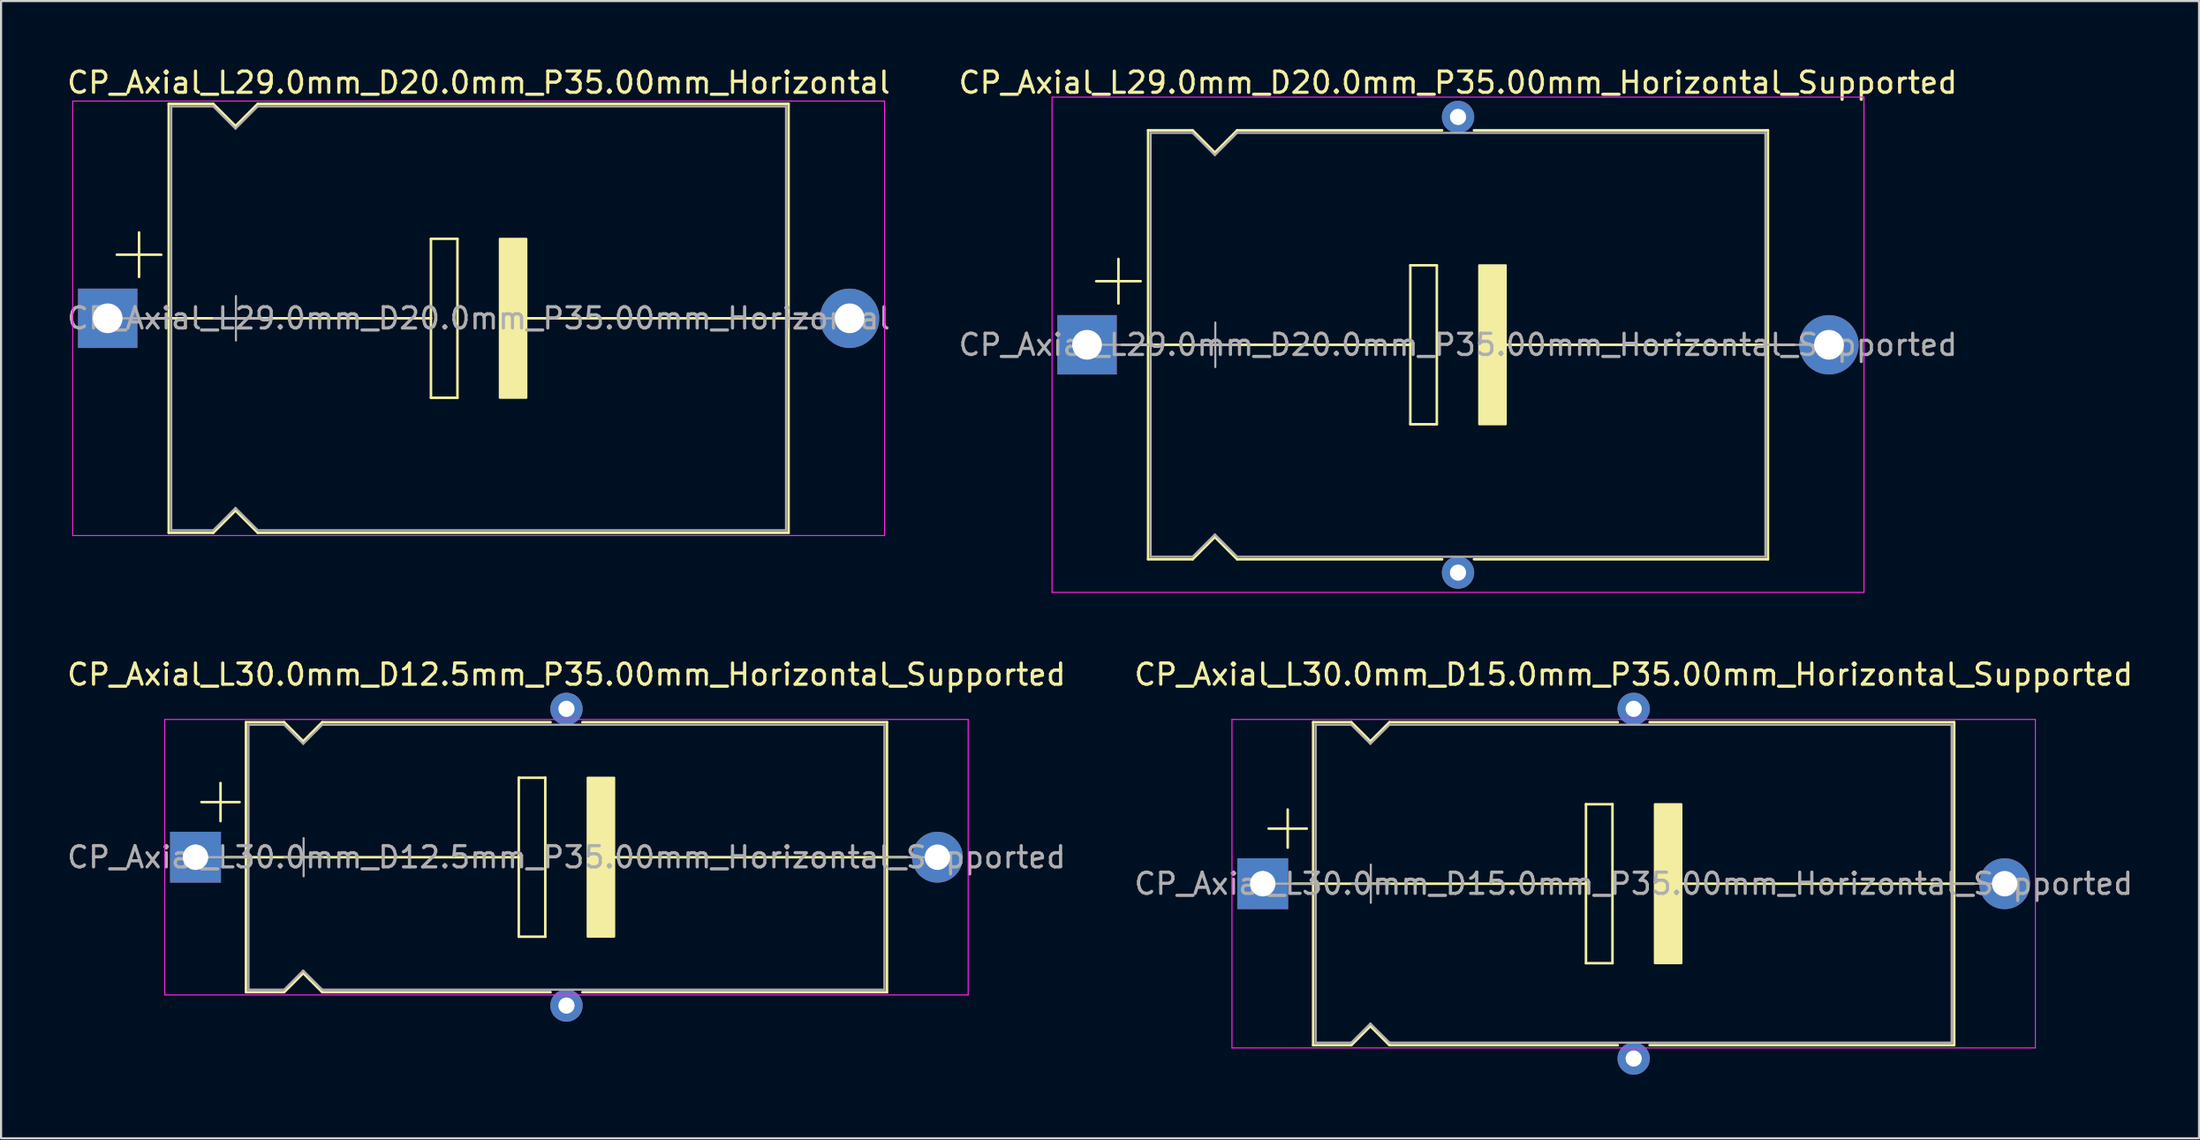
<source format=kicad_pcb>
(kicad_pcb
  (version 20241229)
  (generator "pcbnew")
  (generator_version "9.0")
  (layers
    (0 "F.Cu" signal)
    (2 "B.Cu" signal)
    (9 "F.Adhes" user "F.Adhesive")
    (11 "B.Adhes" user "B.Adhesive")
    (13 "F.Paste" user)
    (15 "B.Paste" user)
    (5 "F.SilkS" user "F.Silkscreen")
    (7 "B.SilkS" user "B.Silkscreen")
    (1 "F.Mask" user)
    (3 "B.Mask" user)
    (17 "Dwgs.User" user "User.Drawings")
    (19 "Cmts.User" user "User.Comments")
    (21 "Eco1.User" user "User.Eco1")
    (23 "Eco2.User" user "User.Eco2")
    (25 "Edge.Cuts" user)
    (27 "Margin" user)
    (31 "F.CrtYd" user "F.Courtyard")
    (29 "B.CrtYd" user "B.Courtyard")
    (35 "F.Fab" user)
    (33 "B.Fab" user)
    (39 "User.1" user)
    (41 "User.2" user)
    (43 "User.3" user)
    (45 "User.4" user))
  (footprint "CP_Axial_L29.0mm_D20.0mm_P35.00mm_Horizontal"
    (layer "F.Cu")
    (at 2.03 11.968)
    (property "Reference" "CP_Axial_L29.0mm_D20.0mm_P35.00mm_Horizontal" (at 17.5 -11.12 0) (layer "F.SilkS") (effects (font (size 1 1) (thickness 0.15))))
    (attr through_hole)
    (fp_line (start 0.43 -3) (end 2.53 -3) (stroke (width 0.12) (type solid)) (layer "F.SilkS"))
    (fp_line (start 1.48 -4.05) (end 1.48 -1.95) (stroke (width 0.12) (type solid)) (layer "F.SilkS"))
    (fp_line (start 1.64 0) (end 2.88 0) (stroke (width 0.12) (type solid)) (layer "F.SilkS"))
    (fp_line (start 2.88 -10.12) (end 2.88 10.12) (stroke (width 0.12) (type solid)) (layer "F.SilkS"))
    (fp_line (start 2.88 -10.12) (end 4.98 -10.12) (stroke (width 0.12) (type solid)) (layer "F.SilkS"))
    (fp_line (start 2.88 0) (end 15.25 0) (stroke (width 0.12) (type solid)) (layer "F.SilkS"))
    (fp_line (start 2.88 10.12) (end 4.98 10.12) (stroke (width 0.12) (type solid)) (layer "F.SilkS"))
    (fp_line (start 4.98 -10.12) (end 6.03 -9.07) (stroke (width 0.12) (type solid)) (layer "F.SilkS"))
    (fp_line (start 4.98 10.12) (end 6.03 9.07) (stroke (width 0.12) (type solid)) (layer "F.SilkS"))
    (fp_line (start 6.03 -9.07) (end 7.08 -10.12) (stroke (width 0.12) (type solid)) (layer "F.SilkS"))
    (fp_line (start 6.03 9.07) (end 7.08 10.12) (stroke (width 0.12) (type solid)) (layer "F.SilkS"))
    (fp_line (start 7.08 -10.12) (end 32.12 -10.12) (stroke (width 0.12) (type solid)) (layer "F.SilkS"))
    (fp_line (start 7.08 10.12) (end 32.12 10.12) (stroke (width 0.12) (type solid)) (layer "F.SilkS"))
    (fp_line (start 15.25 -3.75) (end 16.5 -3.75) (stroke (width 0.12) (type solid)) (layer "F.SilkS"))
    (fp_line (start 15.25 0) (end 15.25 -3.75) (stroke (width 0.12) (type solid)) (layer "F.SilkS"))
    (fp_line (start 15.25 3.75) (end 15.25 0) (stroke (width 0.12) (type solid)) (layer "F.SilkS"))
    (fp_line (start 16.5 -3.75) (end 16.5 3.75) (stroke (width 0.12) (type solid)) (layer "F.SilkS"))
    (fp_line (start 16.5 3.75) (end 15.25 3.75) (stroke (width 0.12) (type solid)) (layer "F.SilkS"))
    (fp_line (start 19.75 0) (end 32.12 0) (stroke (width 0.12) (type solid)) (layer "F.SilkS"))
    (fp_line (start 32.12 -10.12) (end 32.12 10.12) (stroke (width 0.12) (type solid)) (layer "F.SilkS"))
    (fp_line (start 33.36 0) (end 32.12 0) (stroke (width 0.12) (type solid)) (layer "F.SilkS"))
    (fp_poly (pts (xy 19.75 3.75) (xy 18.5 3.75) (xy 18.5 -3.75) (xy 19.75 -3.75)) (stroke (width 0.1) (type solid)) (fill yes) (layer "F.SilkS"))
    (fp_line (start -1.65 -10.25) (end -1.65 10.25) (stroke (width 0.05) (type solid)) (layer "F.CrtYd"))
    (fp_line (start -1.65 10.25) (end 36.65 10.25) (stroke (width 0.05) (type solid)) (layer "F.CrtYd"))
    (fp_line (start 36.65 -10.25) (end -1.65 -10.25) (stroke (width 0.05) (type solid)) (layer "F.CrtYd"))
    (fp_line (start 36.65 10.25) (end 36.65 -10.25) (stroke (width 0.05) (type solid)) (layer "F.CrtYd"))
    (fp_line (start 0 0) (end 3 0) (stroke (width 0.1) (type solid)) (layer "F.Fab"))
    (fp_line (start 3 -10) (end 3 10) (stroke (width 0.1) (type solid)) (layer "F.Fab"))
    (fp_line (start 3 -10) (end 4.98 -10) (stroke (width 0.1) (type solid)) (layer "F.Fab"))
    (fp_line (start 3 10) (end 4.98 10) (stroke (width 0.1) (type solid)) (layer "F.Fab"))
    (fp_line (start 4.98 -10) (end 6.03 -8.95) (stroke (width 0.1) (type solid)) (layer "F.Fab"))
    (fp_line (start 4.98 10) (end 6.03 8.95) (stroke (width 0.1) (type solid)) (layer "F.Fab"))
    (fp_line (start 5 0) (end 7.1 0) (stroke (width 0.1) (type solid)) (layer "F.Fab"))
    (fp_line (start 6.03 -8.95) (end 7.08 -10) (stroke (width 0.1) (type solid)) (layer "F.Fab"))
    (fp_line (start 6.03 8.95) (end 7.08 10) (stroke (width 0.1) (type solid)) (layer "F.Fab"))
    (fp_line (start 6.05 -1.05) (end 6.05 1.05) (stroke (width 0.1) (type solid)) (layer "F.Fab"))
    (fp_line (start 7.08 -10) (end 32 -10) (stroke (width 0.1) (type solid)) (layer "F.Fab"))
    (fp_line (start 7.08 10) (end 32 10) (stroke (width 0.1) (type solid)) (layer "F.Fab"))
    (fp_line (start 32 -10) (end 32 10) (stroke (width 0.1) (type solid)) (layer "F.Fab"))
    (fp_line (start 35 0) (end 32 0) (stroke (width 0.1) (type solid)) (layer "F.Fab"))
    (fp_text user "${REFERENCE}" (at 17.5 0 0) (layer "F.Fab") (effects (font (size 1 1) (thickness 0.15))))
    (pad "1" thru_hole rect (at 0 0) (size 2.8 2.8) (drill 1.4) (layers "*.Cu" "*.Mask"))
    (pad "2" thru_hole oval (at 35 0) (size 2.8 2.8) (drill 1.4) (layers "*.Cu" "*.Mask")))
  (footprint "CP_Axial_L29.0mm_D20.0mm_P35.00mm_Horizontal_Supported"
    (layer "F.Cu")
    (at 48.232 13.218)
    (property "Reference" "CP_Axial_L29.0mm_D20.0mm_P35.00mm_Horizontal_Supported" (at 17.5 -12.37 0) (layer "F.SilkS") (effects (font (size 1 1) (thickness 0.15))))
    (attr through_hole)
    (fp_line (start 0.43 -3) (end 2.53 -3) (stroke (width 0.12) (type solid)) (layer "F.SilkS"))
    (fp_line (start 1.48 -4.05) (end 1.48 -1.95) (stroke (width 0.12) (type solid)) (layer "F.SilkS"))
    (fp_line (start 1.64 0) (end 2.88 0) (stroke (width 0.12) (type solid)) (layer "F.SilkS"))
    (fp_line (start 2.88 -10.12) (end 2.88 10.12) (stroke (width 0.12) (type solid)) (layer "F.SilkS"))
    (fp_line (start 2.88 -10.12) (end 4.98 -10.12) (stroke (width 0.12) (type solid)) (layer "F.SilkS"))
    (fp_line (start 2.88 0) (end 15.25 0) (stroke (width 0.12) (type solid)) (layer "F.SilkS"))
    (fp_line (start 2.88 10.12) (end 4.98 10.12) (stroke (width 0.12) (type solid)) (layer "F.SilkS"))
    (fp_line (start 4.98 -10.12) (end 6.03 -9.07) (stroke (width 0.12) (type solid)) (layer "F.SilkS"))
    (fp_line (start 4.98 10.12) (end 6.03 9.07) (stroke (width 0.12) (type solid)) (layer "F.SilkS"))
    (fp_line (start 6.03 -9.07) (end 7.08 -10.12) (stroke (width 0.12) (type solid)) (layer "F.SilkS"))
    (fp_line (start 6.03 9.07) (end 7.08 10.12) (stroke (width 0.12) (type solid)) (layer "F.SilkS"))
    (fp_line (start 7.08 -10.12) (end 16.75 -10.12) (stroke (width 0.12) (type solid)) (layer "F.SilkS"))
    (fp_line (start 7.08 10.12) (end 16.75 10.12) (stroke (width 0.12) (type solid)) (layer "F.SilkS"))
    (fp_line (start 15.25 -3.75) (end 16.5 -3.75) (stroke (width 0.12) (type solid)) (layer "F.SilkS"))
    (fp_line (start 15.25 0) (end 15.25 -3.75) (stroke (width 0.12) (type solid)) (layer "F.SilkS"))
    (fp_line (start 15.25 3.75) (end 15.25 0) (stroke (width 0.12) (type solid)) (layer "F.SilkS"))
    (fp_line (start 16.5 -3.75) (end 16.5 3.75) (stroke (width 0.12) (type solid)) (layer "F.SilkS"))
    (fp_line (start 16.5 3.75) (end 15.25 3.75) (stroke (width 0.12) (type solid)) (layer "F.SilkS"))
    (fp_line (start 18.25 -10.12) (end 32.12 -10.12) (stroke (width 0.12) (type solid)) (layer "F.SilkS"))
    (fp_line (start 18.25 10.12) (end 32.12 10.12) (stroke (width 0.12) (type solid)) (layer "F.SilkS"))
    (fp_line (start 19.75 0) (end 32.12 0) (stroke (width 0.12) (type solid)) (layer "F.SilkS"))
    (fp_line (start 32.12 -10.12) (end 32.12 10.12) (stroke (width 0.12) (type solid)) (layer "F.SilkS"))
    (fp_line (start 33.36 0) (end 32.12 0) (stroke (width 0.12) (type solid)) (layer "F.SilkS"))
    (fp_poly (pts (xy 19.75 3.75) (xy 18.5 3.75) (xy 18.5 -3.75) (xy 19.75 -3.75)) (stroke (width 0.1) (type solid)) (fill yes) (layer "F.SilkS"))
    (fp_line (start -1.65 -11.684) (end -1.65 11.684) (stroke (width 0.05) (type solid)) (layer "F.CrtYd"))
    (fp_line (start -1.65 11.684) (end 36.65 11.684) (stroke (width 0.05) (type solid)) (layer "F.CrtYd"))
    (fp_line (start 36.65 -11.684) (end -1.65 -11.684) (stroke (width 0.05) (type solid)) (layer "F.CrtYd"))
    (fp_line (start 36.65 11.684) (end 36.65 -11.684) (stroke (width 0.05) (type solid)) (layer "F.CrtYd"))
    (fp_line (start 0 0) (end 3 0) (stroke (width 0.1) (type solid)) (layer "F.Fab"))
    (fp_line (start 3 -10) (end 3 10) (stroke (width 0.1) (type solid)) (layer "F.Fab"))
    (fp_line (start 3 -10) (end 4.98 -10) (stroke (width 0.1) (type solid)) (layer "F.Fab"))
    (fp_line (start 3 10) (end 4.98 10) (stroke (width 0.1) (type solid)) (layer "F.Fab"))
    (fp_line (start 4.98 -10) (end 6.03 -8.95) (stroke (width 0.1) (type solid)) (layer "F.Fab"))
    (fp_line (start 4.98 10) (end 6.03 8.95) (stroke (width 0.1) (type solid)) (layer "F.Fab"))
    (fp_line (start 5 0) (end 7.1 0) (stroke (width 0.1) (type solid)) (layer "F.Fab"))
    (fp_line (start 6.03 -8.95) (end 7.08 -10) (stroke (width 0.1) (type solid)) (layer "F.Fab"))
    (fp_line (start 6.03 8.95) (end 7.08 10) (stroke (width 0.1) (type solid)) (layer "F.Fab"))
    (fp_line (start 6.05 -1.05) (end 6.05 1.05) (stroke (width 0.1) (type solid)) (layer "F.Fab"))
    (fp_line (start 7.08 -10) (end 32 -10) (stroke (width 0.1) (type solid)) (layer "F.Fab"))
    (fp_line (start 7.08 10) (end 32 10) (stroke (width 0.1) (type solid)) (layer "F.Fab"))
    (fp_line (start 32 -10) (end 32 10) (stroke (width 0.1) (type solid)) (layer "F.Fab"))
    (fp_line (start 35 0) (end 32 0) (stroke (width 0.1) (type solid)) (layer "F.Fab"))
    (fp_text user "${REFERENCE}" (at 17.5 0 0) (layer "F.Fab") (effects (font (size 1 1) (thickness 0.15))))
    (pad "" thru_hole circle (at 17.5 -10.75) (size 1.524 1.524) (drill 0.762) (layers "*.Cu" "*.Mask"))
    (pad "" thru_hole circle (at 17.5 10.75) (size 1.524 1.524) (drill 0.762) (layers "*.Cu" "*.Mask"))
    (pad "1" thru_hole rect (at 0 0) (size 2.8 2.8) (drill 1.4) (layers "*.Cu" "*.Mask"))
    (pad "2" thru_hole oval (at 35 0) (size 2.8 2.8) (drill 1.4) (layers "*.Cu" "*.Mask")))
  (footprint "CP_Axial_L30.0mm_D12.5mm_P35.00mm_Horizontal_Supported"
    (layer "F.Cu")
    (at 6.173 37.395)
    (property "Reference" "CP_Axial_L30.0mm_D12.5mm_P35.00mm_Horizontal_Supported" (at 17.5 -8.62 0) (layer "F.SilkS") (effects (font (size 1 1) (thickness 0.15))))
    (attr through_hole)
    (fp_line (start 0.28 -2.6) (end 2.08 -2.6) (stroke (width 0.12) (type solid)) (layer "F.SilkS"))
    (fp_line (start 1.18 -3.5) (end 1.18 -1.7) (stroke (width 0.12) (type solid)) (layer "F.SilkS"))
    (fp_line (start 1.44 0) (end 2.38 0) (stroke (width 0.12) (type solid)) (layer "F.SilkS"))
    (fp_line (start 2.38 -6.37) (end 2.38 6.37) (stroke (width 0.12) (type solid)) (layer "F.SilkS"))
    (fp_line (start 2.38 -6.37) (end 4.18 -6.37) (stroke (width 0.12) (type solid)) (layer "F.SilkS"))
    (fp_line (start 2.38 0) (end 15.25 0) (stroke (width 0.12) (type solid)) (layer "F.SilkS"))
    (fp_line (start 2.38 6.37) (end 4.18 6.37) (stroke (width 0.12) (type solid)) (layer "F.SilkS"))
    (fp_line (start 4.18 -6.37) (end 5.08 -5.47) (stroke (width 0.12) (type solid)) (layer "F.SilkS"))
    (fp_line (start 4.18 6.37) (end 5.08 5.47) (stroke (width 0.12) (type solid)) (layer "F.SilkS"))
    (fp_line (start 5.08 -5.47) (end 5.98 -6.37) (stroke (width 0.12) (type solid)) (layer "F.SilkS"))
    (fp_line (start 5.08 5.47) (end 5.98 6.37) (stroke (width 0.12) (type solid)) (layer "F.SilkS"))
    (fp_line (start 5.98 -6.37) (end 16.75 -6.37) (stroke (width 0.12) (type solid)) (layer "F.SilkS"))
    (fp_line (start 5.98 6.37) (end 16.75 6.37) (stroke (width 0.12) (type solid)) (layer "F.SilkS"))
    (fp_line (start 15.25 -3.75) (end 16.5 -3.75) (stroke (width 0.12) (type solid)) (layer "F.SilkS"))
    (fp_line (start 15.25 0) (end 15.25 -3.75) (stroke (width 0.12) (type solid)) (layer "F.SilkS"))
    (fp_line (start 15.25 3.75) (end 15.25 0) (stroke (width 0.12) (type solid)) (layer "F.SilkS"))
    (fp_line (start 16.5 -3.75) (end 16.5 3.75) (stroke (width 0.12) (type solid)) (layer "F.SilkS"))
    (fp_line (start 16.5 3.75) (end 15.25 3.75) (stroke (width 0.12) (type solid)) (layer "F.SilkS"))
    (fp_line (start 18.25 -6.37) (end 32.62 -6.37) (stroke (width 0.12) (type solid)) (layer "F.SilkS"))
    (fp_line (start 18.25 6.37) (end 32.62 6.37) (stroke (width 0.12) (type solid)) (layer "F.SilkS"))
    (fp_line (start 19.75 0) (end 32.62 0) (stroke (width 0.12) (type solid)) (layer "F.SilkS"))
    (fp_line (start 32.62 -6.37) (end 32.62 6.37) (stroke (width 0.12) (type solid)) (layer "F.SilkS"))
    (fp_line (start 33.56 0) (end 32.62 0) (stroke (width 0.12) (type solid)) (layer "F.SilkS"))
    (fp_poly (pts (xy 19.75 3.75) (xy 18.5 3.75) (xy 18.5 -3.75) (xy 19.75 -3.75)) (stroke (width 0.1) (type solid)) (fill yes) (layer "F.SilkS"))
    (fp_line (start -1.45 -6.5) (end -1.45 6.5) (stroke (width 0.05) (type solid)) (layer "F.CrtYd"))
    (fp_line (start -1.45 6.5) (end 36.45 6.5) (stroke (width 0.05) (type solid)) (layer "F.CrtYd"))
    (fp_line (start 36.45 -6.5) (end -1.45 -6.5) (stroke (width 0.05) (type solid)) (layer "F.CrtYd"))
    (fp_line (start 36.45 6.5) (end 36.45 -6.5) (stroke (width 0.05) (type solid)) (layer "F.CrtYd"))
    (fp_line (start 0 0) (end 2.5 0) (stroke (width 0.1) (type solid)) (layer "F.Fab"))
    (fp_line (start 2.5 -6.25) (end 2.5 6.25) (stroke (width 0.1) (type solid)) (layer "F.Fab"))
    (fp_line (start 2.5 -6.25) (end 4.18 -6.25) (stroke (width 0.1) (type solid)) (layer "F.Fab"))
    (fp_line (start 2.5 6.25) (end 4.18 6.25) (stroke (width 0.1) (type solid)) (layer "F.Fab"))
    (fp_line (start 4.18 -6.25) (end 5.08 -5.35) (stroke (width 0.1) (type solid)) (layer "F.Fab"))
    (fp_line (start 4.18 6.25) (end 5.08 5.35) (stroke (width 0.1) (type solid)) (layer "F.Fab"))
    (fp_line (start 4.2 0) (end 6 0) (stroke (width 0.1) (type solid)) (layer "F.Fab"))
    (fp_line (start 5.08 -5.35) (end 5.98 -6.25) (stroke (width 0.1) (type solid)) (layer "F.Fab"))
    (fp_line (start 5.08 5.35) (end 5.98 6.25) (stroke (width 0.1) (type solid)) (layer "F.Fab"))
    (fp_line (start 5.1 -0.9) (end 5.1 0.9) (stroke (width 0.1) (type solid)) (layer "F.Fab"))
    (fp_line (start 5.98 -6.25) (end 32.5 -6.25) (stroke (width 0.1) (type solid)) (layer "F.Fab"))
    (fp_line (start 5.98 6.25) (end 32.5 6.25) (stroke (width 0.1) (type solid)) (layer "F.Fab"))
    (fp_line (start 32.5 -6.25) (end 32.5 6.25) (stroke (width 0.1) (type solid)) (layer "F.Fab"))
    (fp_line (start 35 0) (end 32.5 0) (stroke (width 0.1) (type solid)) (layer "F.Fab"))
    (fp_text user "${REFERENCE}" (at 17.5 0 0) (layer "F.Fab") (effects (font (size 1 1) (thickness 0.15))))
    (pad "" thru_hole circle (at 17.5 -7) (size 1.524 1.524) (drill 0.762) (layers "*.Cu" "*.Mask"))
    (pad "" thru_hole circle (at 17.5 7) (size 1.524 1.524) (drill 0.762) (layers "*.Cu" "*.Mask"))
    (pad "1" thru_hole rect (at 0 0) (size 2.4 2.4) (drill 1.2) (layers "*.Cu" "*.Mask"))
    (pad "2" thru_hole oval (at 35 0) (size 2.4 2.4) (drill 1.2) (layers "*.Cu" "*.Mask")))
  (footprint "CP_Axial_L30.0mm_D15.0mm_P35.00mm_Horizontal_Supported"
    (layer "F.Cu")
    (at 56.518 38.645)
    (property "Reference" "CP_Axial_L30.0mm_D15.0mm_P35.00mm_Horizontal_Supported" (at 17.5 -9.87 0) (layer "F.SilkS") (effects (font (size 1 1) (thickness 0.15))))
    (attr through_hole)
    (fp_line (start 0.28 -2.6) (end 2.08 -2.6) (stroke (width 0.12) (type solid)) (layer "F.SilkS"))
    (fp_line (start 1.18 -3.5) (end 1.18 -1.7) (stroke (width 0.12) (type solid)) (layer "F.SilkS"))
    (fp_line (start 1.44 0) (end 2.38 0) (stroke (width 0.12) (type solid)) (layer "F.SilkS"))
    (fp_line (start 2.38 -7.62) (end 2.38 7.62) (stroke (width 0.12) (type solid)) (layer "F.SilkS"))
    (fp_line (start 2.38 -7.62) (end 4.18 -7.62) (stroke (width 0.12) (type solid)) (layer "F.SilkS"))
    (fp_line (start 2.38 0) (end 15.25 0) (stroke (width 0.12) (type solid)) (layer "F.SilkS"))
    (fp_line (start 2.38 7.62) (end 4.18 7.62) (stroke (width 0.12) (type solid)) (layer "F.SilkS"))
    (fp_line (start 4.18 -7.62) (end 5.08 -6.72) (stroke (width 0.12) (type solid)) (layer "F.SilkS"))
    (fp_line (start 4.18 7.62) (end 5.08 6.72) (stroke (width 0.12) (type solid)) (layer "F.SilkS"))
    (fp_line (start 5.08 -6.72) (end 5.98 -7.62) (stroke (width 0.12) (type solid)) (layer "F.SilkS"))
    (fp_line (start 5.08 6.72) (end 5.98 7.62) (stroke (width 0.12) (type solid)) (layer "F.SilkS"))
    (fp_line (start 5.98 -7.62) (end 16.75 -7.62) (stroke (width 0.12) (type solid)) (layer "F.SilkS"))
    (fp_line (start 5.98 7.62) (end 16.75 7.62) (stroke (width 0.12) (type solid)) (layer "F.SilkS"))
    (fp_line (start 15.25 -3.75) (end 16.5 -3.75) (stroke (width 0.12) (type solid)) (layer "F.SilkS"))
    (fp_line (start 15.25 0) (end 15.25 -3.75) (stroke (width 0.12) (type solid)) (layer "F.SilkS"))
    (fp_line (start 15.25 3.75) (end 15.25 0) (stroke (width 0.12) (type solid)) (layer "F.SilkS"))
    (fp_line (start 16.5 -3.75) (end 16.5 3.75) (stroke (width 0.12) (type solid)) (layer "F.SilkS"))
    (fp_line (start 16.5 3.75) (end 15.25 3.75) (stroke (width 0.12) (type solid)) (layer "F.SilkS"))
    (fp_line (start 18.25 -7.62) (end 32.62 -7.62) (stroke (width 0.12) (type solid)) (layer "F.SilkS"))
    (fp_line (start 18.25 7.62) (end 32.62 7.62) (stroke (width 0.12) (type solid)) (layer "F.SilkS"))
    (fp_line (start 19.75 0) (end 32.62 0) (stroke (width 0.12) (type solid)) (layer "F.SilkS"))
    (fp_line (start 32.62 -7.62) (end 32.62 7.62) (stroke (width 0.12) (type solid)) (layer "F.SilkS"))
    (fp_line (start 33.56 0) (end 32.62 0) (stroke (width 0.12) (type solid)) (layer "F.SilkS"))
    (fp_poly (pts (xy 19.75 3.75) (xy 18.5 3.75) (xy 18.5 -3.75) (xy 19.75 -3.75)) (stroke (width 0.1) (type solid)) (fill yes) (layer "F.SilkS"))
    (fp_line (start -1.45 -7.75) (end -1.45 7.75) (stroke (width 0.05) (type solid)) (layer "F.CrtYd"))
    (fp_line (start -1.45 7.75) (end 36.45 7.75) (stroke (width 0.05) (type solid)) (layer "F.CrtYd"))
    (fp_line (start 36.45 -7.75) (end -1.45 -7.75) (stroke (width 0.05) (type solid)) (layer "F.CrtYd"))
    (fp_line (start 36.45 7.75) (end 36.45 -7.75) (stroke (width 0.05) (type solid)) (layer "F.CrtYd"))
    (fp_line (start 0 0) (end 2.5 0) (stroke (width 0.1) (type solid)) (layer "F.Fab"))
    (fp_line (start 2.5 -7.5) (end 2.5 7.5) (stroke (width 0.1) (type solid)) (layer "F.Fab"))
    (fp_line (start 2.5 -7.5) (end 4.18 -7.5) (stroke (width 0.1) (type solid)) (layer "F.Fab"))
    (fp_line (start 2.5 7.5) (end 4.18 7.5) (stroke (width 0.1) (type solid)) (layer "F.Fab"))
    (fp_line (start 4.18 -7.5) (end 5.08 -6.6) (stroke (width 0.1) (type solid)) (layer "F.Fab"))
    (fp_line (start 4.18 7.5) (end 5.08 6.6) (stroke (width 0.1) (type solid)) (layer "F.Fab"))
    (fp_line (start 4.2 0) (end 6 0) (stroke (width 0.1) (type solid)) (layer "F.Fab"))
    (fp_line (start 5.08 -6.6) (end 5.98 -7.5) (stroke (width 0.1) (type solid)) (layer "F.Fab"))
    (fp_line (start 5.08 6.6) (end 5.98 7.5) (stroke (width 0.1) (type solid)) (layer "F.Fab"))
    (fp_line (start 5.1 -0.9) (end 5.1 0.9) (stroke (width 0.1) (type solid)) (layer "F.Fab"))
    (fp_line (start 5.98 -7.5) (end 32.5 -7.5) (stroke (width 0.1) (type solid)) (layer "F.Fab"))
    (fp_line (start 5.98 7.5) (end 32.5 7.5) (stroke (width 0.1) (type solid)) (layer "F.Fab"))
    (fp_line (start 32.5 -7.5) (end 32.5 7.5) (stroke (width 0.1) (type solid)) (layer "F.Fab"))
    (fp_line (start 35 0) (end 32.5 0) (stroke (width 0.1) (type solid)) (layer "F.Fab"))
    (fp_text user "${REFERENCE}" (at 17.5 0 0) (layer "F.Fab") (effects (font (size 1 1) (thickness 0.15))))
    (pad "" thru_hole circle (at 17.5 -8.25) (size 1.524 1.524) (drill 0.762) (layers "*.Cu" "*.Mask"))
    (pad "" thru_hole circle (at 17.5 8.25) (size 1.524 1.524) (drill 0.762) (layers "*.Cu" "*.Mask"))
    (pad "1" thru_hole rect (at 0 0) (size 2.4 2.4) (drill 1.2) (layers "*.Cu" "*.Mask"))
    (pad "2" thru_hole oval (at 35 0) (size 2.4 2.4) (drill 1.2) (layers "*.Cu" "*.Mask")))
  (gr_rect
    (start -3 -3)
    (end 100.69 50.657)
    (stroke (width 0.1) (type default))
    (fill no)
    (layer "Edge.Cuts")))
</source>
